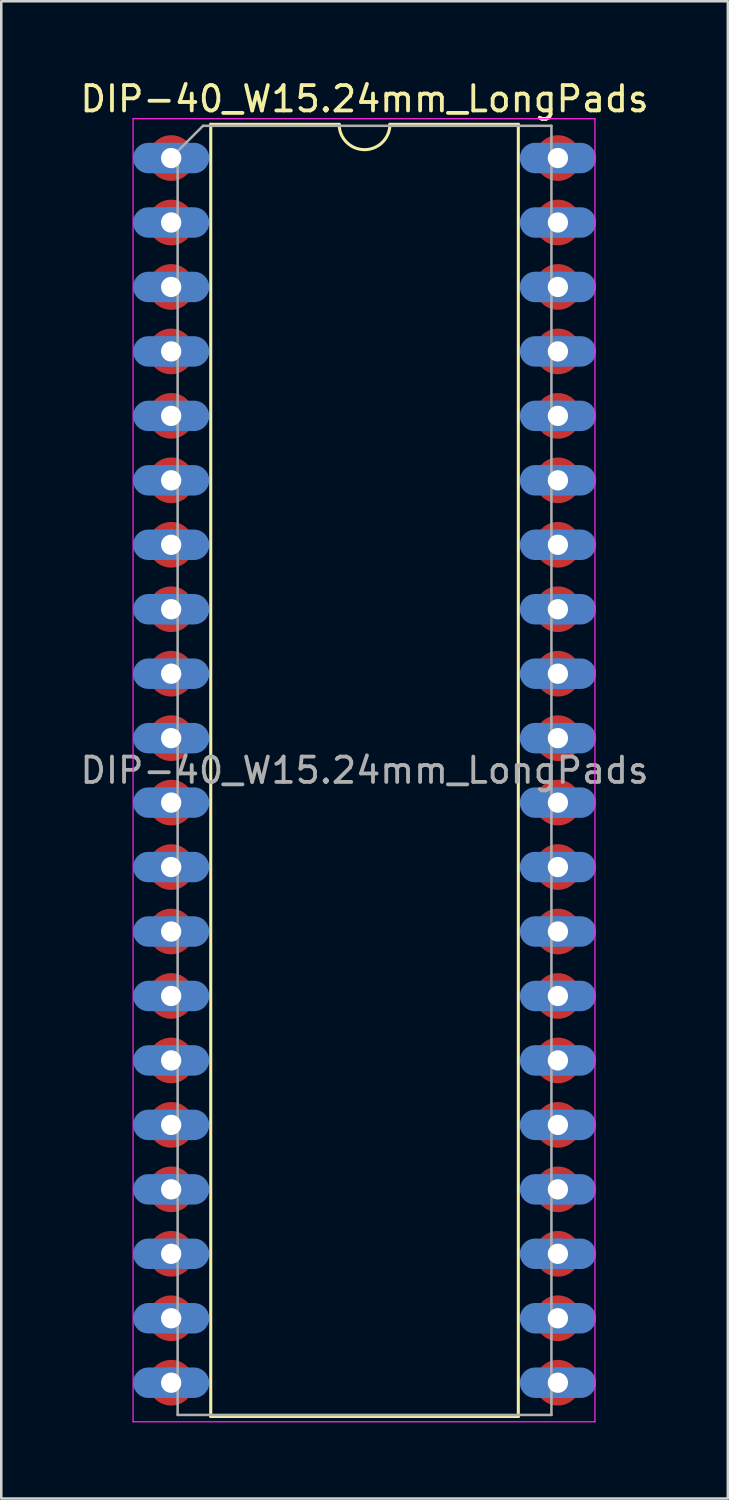
<source format=kicad_pcb>
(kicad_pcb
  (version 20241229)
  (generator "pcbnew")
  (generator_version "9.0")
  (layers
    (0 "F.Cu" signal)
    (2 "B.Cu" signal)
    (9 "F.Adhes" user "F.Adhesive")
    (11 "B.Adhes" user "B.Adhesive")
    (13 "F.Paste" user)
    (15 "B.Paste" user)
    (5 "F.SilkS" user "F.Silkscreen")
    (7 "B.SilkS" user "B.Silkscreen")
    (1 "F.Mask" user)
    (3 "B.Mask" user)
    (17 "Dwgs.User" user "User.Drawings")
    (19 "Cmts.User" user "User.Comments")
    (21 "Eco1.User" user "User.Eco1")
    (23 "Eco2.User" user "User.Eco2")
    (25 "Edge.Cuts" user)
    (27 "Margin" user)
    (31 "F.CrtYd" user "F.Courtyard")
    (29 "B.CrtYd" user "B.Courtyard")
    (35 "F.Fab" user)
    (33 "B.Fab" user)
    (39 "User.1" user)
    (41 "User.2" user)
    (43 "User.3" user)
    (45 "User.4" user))
  (footprint "DIP-40_W15.24mm_LongPads"
    (layer "F.Cu")
    (at 3.695 3.178)
    (property "Reference" "DIP-40_W15.24mm_LongPads" (at 7.62 -2.33 0) (layer "F.SilkS") (effects (font (size 1 1) (thickness 0.15))))
    (attr through_hole)
    (fp_line (start 1.56 -1.33) (end 1.56 49.59) (stroke (width 0.12) (type solid)) (layer "F.SilkS"))
    (fp_line (start 1.56 49.59) (end 13.68 49.59) (stroke (width 0.12) (type solid)) (layer "F.SilkS"))
    (fp_line (start 6.62 -1.33) (end 1.56 -1.33) (stroke (width 0.12) (type solid)) (layer "F.SilkS"))
    (fp_line (start 13.68 -1.33) (end 8.62 -1.33) (stroke (width 0.12) (type solid)) (layer "F.SilkS"))
    (fp_line (start 13.68 49.59) (end 13.68 -1.33) (stroke (width 0.12) (type solid)) (layer "F.SilkS"))
    (fp_arc (start 8.62 -1.33) (mid 7.62 -0.33) (end 6.62 -1.33) (stroke (width 0.12) (type solid)) (layer "F.SilkS"))
    (fp_line (start -1.5 -1.55) (end -1.5 49.8) (stroke (width 0.05) (type solid)) (layer "F.CrtYd"))
    (fp_line (start -1.5 49.8) (end 16.7 49.8) (stroke (width 0.05) (type solid)) (layer "F.CrtYd"))
    (fp_line (start 16.7 -1.55) (end -1.5 -1.55) (stroke (width 0.05) (type solid)) (layer "F.CrtYd"))
    (fp_line (start 16.7 49.8) (end 16.7 -1.55) (stroke (width 0.05) (type solid)) (layer "F.CrtYd"))
    (fp_line (start 0.255 -0.27) (end 1.255 -1.27) (stroke (width 0.1) (type solid)) (layer "F.Fab"))
    (fp_line (start 0.255 49.53) (end 0.255 -0.27) (stroke (width 0.1) (type solid)) (layer "F.Fab"))
    (fp_line (start 1.255 -1.27) (end 14.985 -1.27) (stroke (width 0.1) (type solid)) (layer "F.Fab"))
    (fp_line (start 14.985 -1.27) (end 14.985 49.53) (stroke (width 0.1) (type solid)) (layer "F.Fab"))
    (fp_line (start 14.985 49.53) (end 0.255 49.53) (stroke (width 0.1) (type solid)) (layer "F.Fab"))
    (fp_text user "${REFERENCE}" (at 7.62 24.13 0) (layer "F.Fab") (effects (font (size 1 1) (thickness 0.15))))
    (pad "1" thru_hole circle (at 0 0) (size 1.2 1.2) (drill 0.8) (layers "*.Cu" "*.Mask"))
    (pad "1" smd oval (at 0 0) (size 3 1.2) (layers "B.Cu"))
    (pad "2" smd circle (at 0 0) (size 1.8 1.8) (layers "F.Cu"))
    (pad "2" thru_hole circle (at 0 2.54) (size 1.2 1.2) (drill 0.8) (layers "*.Cu" "*.Mask"))
    (pad "2" smd circle (at 0 2.54) (size 1.8 1.8) (layers "F.Cu"))
    (pad "2" smd oval (at 0 2.54) (size 3 1.2) (layers "B.Cu"))
    (pad "3" thru_hole circle (at 0 5.08) (size 1.2 1.2) (drill 0.8) (layers "*.Cu" "*.Mask"))
    (pad "3" smd circle (at 0 5.08) (size 1.8 1.8) (layers "F.Cu"))
    (pad "3" smd oval (at 0 5.08) (size 3 1.2) (layers "B.Cu"))
    (pad "4" thru_hole circle (at 0 7.62) (size 1.2 1.2) (drill 0.8) (layers "*.Cu" "*.Mask"))
    (pad "4" smd circle (at 0 7.62) (size 1.8 1.8) (layers "F.Cu"))
    (pad "4" smd oval (at 0 7.62) (size 3 1.2) (layers "B.Cu"))
    (pad "5" thru_hole circle (at 0 10.16) (size 1.2 1.2) (drill 0.8) (layers "*.Cu" "*.Mask"))
    (pad "5" smd circle (at 0 10.16) (size 1.8 1.8) (layers "F.Cu"))
    (pad "5" smd oval (at 0 10.16) (size 3 1.2) (layers "B.Cu"))
    (pad "6" thru_hole circle (at 0 12.7) (size 1.2 1.2) (drill 0.8) (layers "*.Cu" "*.Mask"))
    (pad "6" smd circle (at 0 12.7) (size 1.8 1.8) (layers "F.Cu"))
    (pad "6" smd oval (at 0 12.7) (size 3 1.2) (layers "B.Cu"))
    (pad "7" thru_hole circle (at 0 15.24) (size 1.2 1.2) (drill 0.8) (layers "*.Cu" "*.Mask"))
    (pad "7" smd circle (at 0 15.24) (size 1.8 1.8) (layers "F.Cu"))
    (pad "7" smd oval (at 0 15.24) (size 3 1.2) (layers "B.Cu"))
    (pad "8" thru_hole circle (at 0 17.78) (size 1.2 1.2) (drill 0.8) (layers "*.Cu" "*.Mask"))
    (pad "8" smd circle (at 0 17.78) (size 1.8 1.8) (layers "F.Cu"))
    (pad "8" smd oval (at 0 17.78) (size 3 1.2) (layers "B.Cu"))
    (pad "9" thru_hole circle (at 0 20.32) (size 1.2 1.2) (drill 0.8) (layers "*.Cu" "*.Mask"))
    (pad "9" smd circle (at 0 20.32) (size 1.8 1.8) (layers "F.Cu"))
    (pad "9" smd oval (at 0 20.32) (size 3 1.2) (layers "B.Cu"))
    (pad "10" thru_hole circle (at 0 22.86) (size 1.2 1.2) (drill 0.8) (layers "*.Cu" "*.Mask"))
    (pad "10" smd circle (at 0 22.86) (size 1.8 1.8) (layers "F.Cu"))
    (pad "10" smd oval (at 0 22.86) (size 3 1.2) (layers "B.Cu"))
    (pad "11" thru_hole circle (at 0 25.4) (size 1.2 1.2) (drill 0.8) (layers "*.Cu" "*.Mask"))
    (pad "11" smd circle (at 0 25.4) (size 1.8 1.8) (layers "F.Cu"))
    (pad "11" smd oval (at 0 25.4) (size 3 1.2) (layers "B.Cu"))
    (pad "12" thru_hole circle (at 0 27.94) (size 1.2 1.2) (drill 0.8) (layers "*.Cu" "*.Mask"))
    (pad "12" smd circle (at 0 27.94) (size 1.8 1.8) (layers "F.Cu"))
    (pad "12" smd oval (at 0 27.94) (size 3 1.2) (layers "B.Cu"))
    (pad "13" thru_hole circle (at 0 30.48) (size 1.2 1.2) (drill 0.8) (layers "*.Cu" "*.Mask"))
    (pad "13" smd circle (at 0 30.48) (size 1.8 1.8) (layers "F.Cu"))
    (pad "13" smd oval (at 0 30.48) (size 3 1.2) (layers "B.Cu"))
    (pad "14" thru_hole circle (at 0 33.02) (size 1.2 1.2) (drill 0.8) (layers "*.Cu" "*.Mask"))
    (pad "14" smd circle (at 0 33.02) (size 1.8 1.8) (layers "F.Cu"))
    (pad "14" smd oval (at 0 33.02) (size 3 1.2) (layers "B.Cu"))
    (pad "15" thru_hole circle (at 0 35.56) (size 1.2 1.2) (drill 0.8) (layers "*.Cu" "*.Mask"))
    (pad "15" smd circle (at 0 35.56) (size 1.8 1.8) (layers "F.Cu"))
    (pad "15" smd oval (at 0 35.56) (size 3 1.2) (layers "B.Cu"))
    (pad "16" thru_hole circle (at 0 38.1) (size 1.2 1.2) (drill 0.8) (layers "*.Cu" "*.Mask"))
    (pad "16" smd circle (at 0 38.1) (size 1.8 1.8) (layers "F.Cu"))
    (pad "16" smd oval (at 0 38.1) (size 3 1.2) (layers "B.Cu"))
    (pad "17" thru_hole circle (at 0 40.64) (size 1.2 1.2) (drill 0.8) (layers "*.Cu" "*.Mask"))
    (pad "17" smd circle (at 0 40.64) (size 1.8 1.8) (layers "F.Cu"))
    (pad "17" smd oval (at 0 40.64) (size 3 1.2) (layers "B.Cu"))
    (pad "18" thru_hole circle (at 0 43.18) (size 1.2 1.2) (drill 0.8) (layers "*.Cu" "*.Mask"))
    (pad "18" smd circle (at 0 43.18) (size 1.8 1.8) (layers "F.Cu"))
    (pad "18" smd oval (at 0 43.18) (size 3 1.2) (layers "B.Cu"))
    (pad "19" thru_hole circle (at 0 45.72) (size 1.2 1.2) (drill 0.8) (layers "*.Cu" "*.Mask"))
    (pad "19" smd circle (at 0 45.72) (size 1.8 1.8) (layers "F.Cu"))
    (pad "19" smd oval (at 0 45.72) (size 3 1.2) (layers "B.Cu"))
    (pad "20" thru_hole circle (at 0 48.26) (size 1.2 1.2) (drill 0.8) (layers "*.Cu" "*.Mask"))
    (pad "20" smd circle (at 0 48.26) (size 1.8 1.8) (layers "F.Cu"))
    (pad "20" smd oval (at 0 48.26) (size 3 1.2) (layers "B.Cu"))
    (pad "21" thru_hole circle (at 15.24 48.26) (size 1.2 1.2) (drill 0.8) (layers "*.Cu" "*.Mask"))
    (pad "21" smd circle (at 15.24 48.26) (size 1.8 1.8) (layers "F.Cu"))
    (pad "21" smd oval (at 15.24 48.26) (size 3 1.2) (layers "B.Cu"))
    (pad "22" thru_hole circle (at 15.24 45.72) (size 1.2 1.2) (drill 0.8) (layers "*.Cu" "*.Mask"))
    (pad "22" smd circle (at 15.24 45.72) (size 1.8 1.8) (layers "F.Cu"))
    (pad "22" smd oval (at 15.24 45.72) (size 3 1.2) (layers "B.Cu"))
    (pad "23" thru_hole circle (at 15.24 43.18) (size 1.2 1.2) (drill 0.8) (layers "*.Cu" "*.Mask"))
    (pad "23" smd circle (at 15.24 43.18) (size 1.8 1.8) (layers "F.Cu"))
    (pad "23" smd oval (at 15.24 43.18) (size 3 1.2) (layers "B.Cu"))
    (pad "24" thru_hole circle (at 15.24 40.64) (size 1.2 1.2) (drill 0.8) (layers "*.Cu" "*.Mask"))
    (pad "24" smd circle (at 15.24 40.64) (size 1.8 1.8) (layers "F.Cu"))
    (pad "24" smd oval (at 15.24 40.64) (size 3 1.2) (layers "B.Cu"))
    (pad "25" thru_hole circle (at 15.24 38.1) (size 1.2 1.2) (drill 0.8) (layers "*.Cu" "*.Mask"))
    (pad "25" smd circle (at 15.24 38.1) (size 1.8 1.8) (layers "F.Cu"))
    (pad "25" smd oval (at 15.24 38.1) (size 3 1.2) (layers "B.Cu"))
    (pad "26" thru_hole circle (at 15.24 35.56) (size 1.2 1.2) (drill 0.8) (layers "*.Cu" "*.Mask"))
    (pad "26" smd circle (at 15.24 35.56) (size 1.8 1.8) (layers "F.Cu"))
    (pad "26" smd oval (at 15.24 35.56) (size 3 1.2) (layers "B.Cu"))
    (pad "27" thru_hole circle (at 15.24 33.02) (size 1.2 1.2) (drill 0.8) (layers "*.Cu" "*.Mask"))
    (pad "27" smd circle (at 15.24 33.02) (size 1.8 1.8) (layers "F.Cu"))
    (pad "27" smd oval (at 15.24 33.02) (size 3 1.2) (layers "B.Cu"))
    (pad "28" thru_hole circle (at 15.24 30.48) (size 1.2 1.2) (drill 0.8) (layers "*.Cu" "*.Mask"))
    (pad "28" smd circle (at 15.24 30.48) (size 1.8 1.8) (layers "F.Cu"))
    (pad "28" smd oval (at 15.24 30.48) (size 3 1.2) (layers "B.Cu"))
    (pad "29" thru_hole circle (at 15.24 27.94) (size 1.2 1.2) (drill 0.8) (layers "*.Cu" "*.Mask"))
    (pad "29" smd circle (at 15.24 27.94) (size 1.8 1.8) (layers "F.Cu"))
    (pad "29" smd oval (at 15.24 27.94) (size 3 1.2) (layers "B.Cu"))
    (pad "30" thru_hole circle (at 15.24 25.4) (size 1.2 1.2) (drill 0.8) (layers "*.Cu" "*.Mask"))
    (pad "30" smd circle (at 15.24 25.4) (size 1.8 1.8) (layers "F.Cu"))
    (pad "30" smd oval (at 15.24 25.4) (size 3 1.2) (layers "B.Cu"))
    (pad "31" thru_hole circle (at 15.24 22.86) (size 1.2 1.2) (drill 0.8) (layers "*.Cu" "*.Mask"))
    (pad "31" smd circle (at 15.24 22.86) (size 1.8 1.8) (layers "F.Cu"))
    (pad "31" smd oval (at 15.24 22.86) (size 3 1.2) (layers "B.Cu"))
    (pad "32" thru_hole circle (at 15.24 20.32) (size 1.2 1.2) (drill 0.8) (layers "*.Cu" "*.Mask"))
    (pad "32" smd circle (at 15.24 20.32) (size 1.8 1.8) (layers "F.Cu"))
    (pad "32" smd oval (at 15.24 20.32) (size 3 1.2) (layers "B.Cu"))
    (pad "33" thru_hole circle (at 15.24 17.78) (size 1.2 1.2) (drill 0.8) (layers "*.Cu" "*.Mask"))
    (pad "33" smd circle (at 15.24 17.78) (size 1.8 1.8) (layers "F.Cu"))
    (pad "33" smd oval (at 15.24 17.78) (size 3 1.2) (layers "B.Cu"))
    (pad "34" thru_hole circle (at 15.24 15.24) (size 1.2 1.2) (drill 0.8) (layers "*.Cu" "*.Mask"))
    (pad "34" smd circle (at 15.24 15.24) (size 1.8 1.8) (layers "F.Cu"))
    (pad "34" smd oval (at 15.24 15.24) (size 3 1.2) (layers "B.Cu"))
    (pad "35" thru_hole circle (at 15.24 12.7) (size 1.2 1.2) (drill 0.8) (layers "*.Cu" "*.Mask"))
    (pad "35" smd circle (at 15.24 12.7) (size 1.8 1.8) (layers "F.Cu"))
    (pad "35" smd oval (at 15.24 12.7) (size 3 1.2) (layers "B.Cu"))
    (pad "36" thru_hole circle (at 15.24 10.16) (size 1.2 1.2) (drill 0.8) (layers "*.Cu" "*.Mask"))
    (pad "36" smd circle (at 15.24 10.16) (size 1.8 1.8) (layers "F.Cu"))
    (pad "36" smd oval (at 15.24 10.16) (size 3 1.2) (layers "B.Cu"))
    (pad "37" thru_hole circle (at 15.24 7.62) (size 1.2 1.2) (drill 0.8) (layers "*.Cu" "*.Mask"))
    (pad "37" smd circle (at 15.24 7.62) (size 1.8 1.8) (layers "F.Cu"))
    (pad "37" smd oval (at 15.24 7.62) (size 3 1.2) (layers "B.Cu"))
    (pad "38" thru_hole circle (at 15.24 5.08) (size 1.2 1.2) (drill 0.8) (layers "*.Cu" "*.Mask"))
    (pad "38" smd circle (at 15.24 5.08) (size 1.8 1.8) (layers "F.Cu"))
    (pad "38" smd oval (at 15.24 5.08) (size 3 1.2) (layers "B.Cu"))
    (pad "39" thru_hole circle (at 15.24 2.54) (size 1.2 1.2) (drill 0.8) (layers "*.Cu" "*.Mask"))
    (pad "39" smd circle (at 15.24 2.54) (size 1.8 1.8) (layers "F.Cu"))
    (pad "39" smd oval (at 15.24 2.54) (size 3 1.2) (layers "B.Cu"))
    (pad "40" thru_hole circle (at 15.24 0) (size 1.2 1.2) (drill 0.8) (layers "*.Cu" "*.Mask"))
    (pad "40" smd circle (at 15.24 0) (size 1.8 1.8) (layers "F.Cu"))
    (pad "40" smd oval (at 15.24 0) (size 3 1.2) (layers "B.Cu")))
  (gr_rect
    (start -3 -3)
    (end 25.631 56.003)
    (stroke (width 0.1) (type default))
    (fill no)
    (layer "Edge.Cuts")))
</source>
